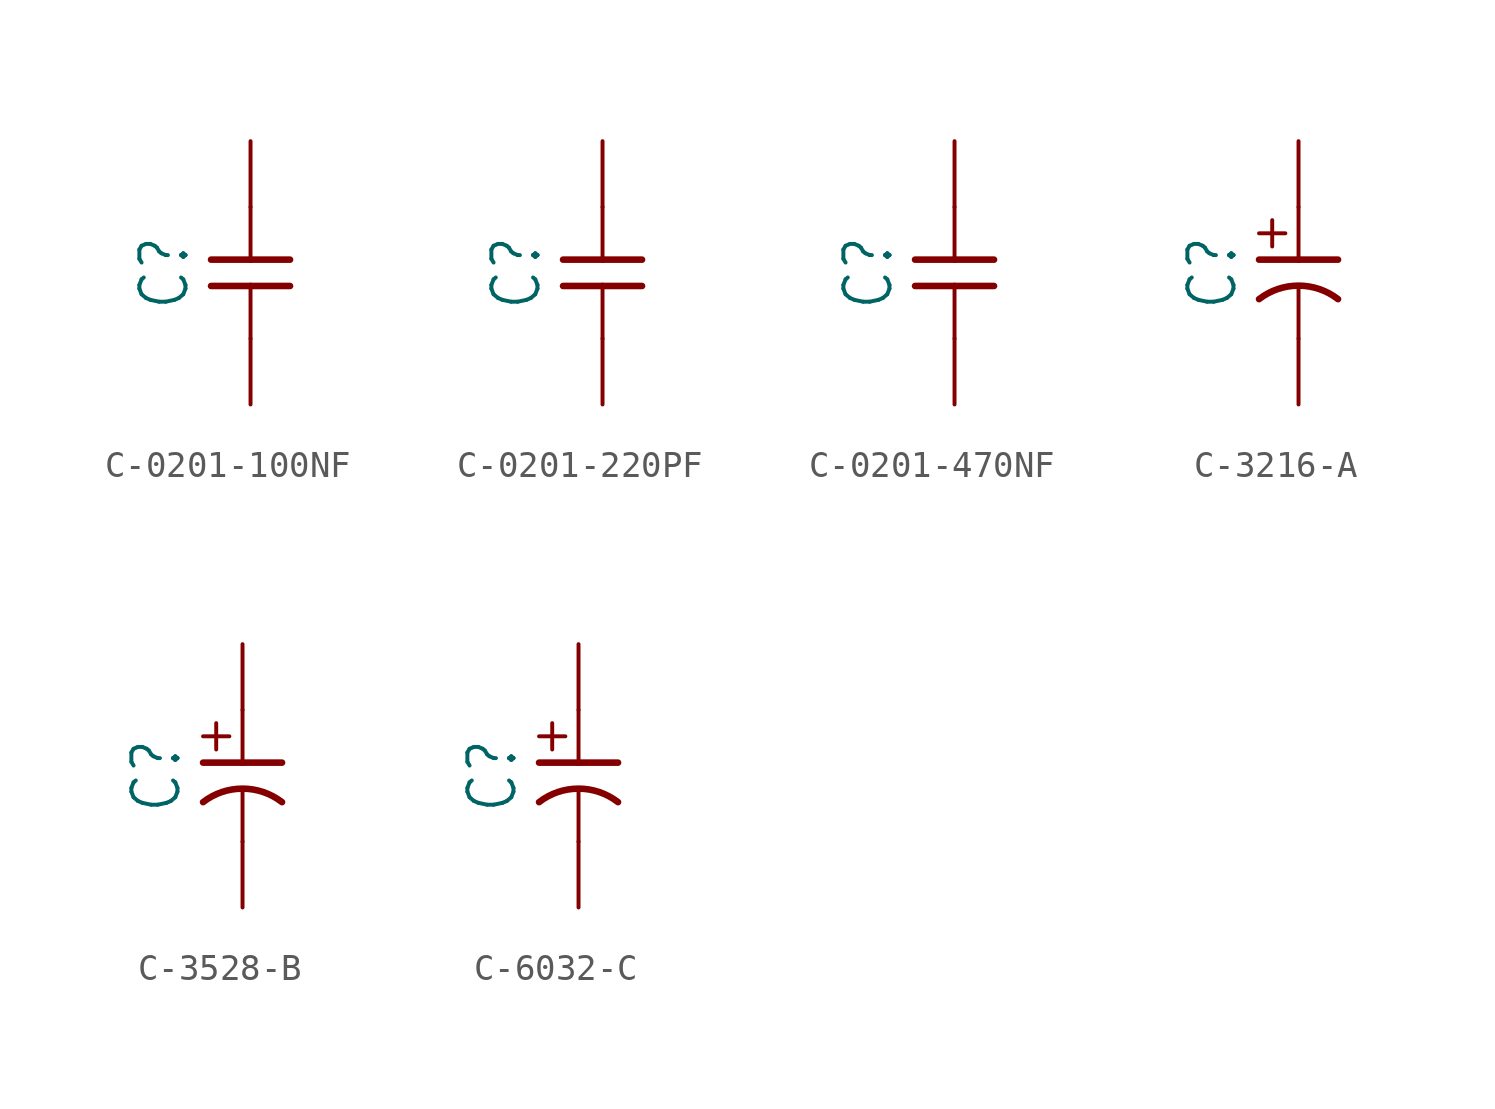
<source format=kicad_sym>
(kicad_symbol_lib
  (version 20231120)
  (generator "kicad_symbol_editor")
  (generator_version "8.0")
  (symbol "C-0201-100NF"
    (property "Reference" "C"
      (at -2.286 0 90)
      (effects (font (size 1.778 1.511)) (justify bottom)))
    (property "Value" ""
      (at 2.286 0 90)
      (effects (font (size 1.778 1.511)) (justify top)))
    (property "ki_locked" ""
      (at 0 0 0)
      (effects (font (size 1.27 1.27))))
    (symbol "C-0201-100NF_1_0"
      (polyline (pts (xy -1.524 0.508) (xy 0 0.508)) (stroke (width 0.254) (type solid)) (fill (type none)))
      (polyline (pts (xy 0 -2.54) (xy 0 -0.508)) (stroke (width 0.152) (type solid)) (fill (type none)))
      (polyline (pts (xy 0 -0.508) (xy -1.524 -0.508)) (stroke (width 0.254) (type solid)) (fill (type none)))
      (polyline (pts (xy 0 0.508) (xy 0 2.54)) (stroke (width 0.152) (type solid)) (fill (type none)))
      (polyline (pts (xy 0 0.508) (xy 1.524 0.508)) (stroke (width 0.254) (type solid)) (fill (type none)))
      (polyline (pts (xy 1.524 -0.508) (xy 0 -0.508)) (stroke (width 0.254) (type solid)) (fill (type none)))
      (pin passive line (at 0 5.08 270) (length 2.54) (name "1" (effects (font (size 0 0)))) (number "1" (effects (font (size 0 0)))))
      (pin passive line (at 0 -5.08 90) (length 2.54) (name "2" (effects (font (size 0 0)))) (number "2" (effects (font (size 0 0)))))))
  (symbol "C-0201-220PF"
    (property "Reference" "C"
      (at -2.286 0 90)
      (effects (font (size 1.778 1.511)) (justify bottom)))
    (property "Value" ""
      (at 2.286 0 90)
      (effects (font (size 1.778 1.511)) (justify top)))
    (property "ki_locked" ""
      (at 0 0 0)
      (effects (font (size 1.27 1.27))))
    (symbol "C-0201-220PF_1_0"
      (polyline (pts (xy -1.524 0.508) (xy 0 0.508)) (stroke (width 0.254) (type solid)) (fill (type none)))
      (polyline (pts (xy 0 -2.54) (xy 0 -0.508)) (stroke (width 0.152) (type solid)) (fill (type none)))
      (polyline (pts (xy 0 -0.508) (xy -1.524 -0.508)) (stroke (width 0.254) (type solid)) (fill (type none)))
      (polyline (pts (xy 0 0.508) (xy 0 2.54)) (stroke (width 0.152) (type solid)) (fill (type none)))
      (polyline (pts (xy 0 0.508) (xy 1.524 0.508)) (stroke (width 0.254) (type solid)) (fill (type none)))
      (polyline (pts (xy 1.524 -0.508) (xy 0 -0.508)) (stroke (width 0.254) (type solid)) (fill (type none)))
      (pin passive line (at 0 5.08 270) (length 2.54) (name "1" (effects (font (size 0 0)))) (number "1" (effects (font (size 0 0)))))
      (pin passive line (at 0 -5.08 90) (length 2.54) (name "2" (effects (font (size 0 0)))) (number "2" (effects (font (size 0 0)))))))
  (symbol "C-0201-470NF"
    (property "Reference" "C"
      (at -2.286 0 90)
      (effects (font (size 1.778 1.511)) (justify bottom)))
    (property "Value" ""
      (at 2.286 0 90)
      (effects (font (size 1.778 1.511)) (justify top)))
    (property "ki_locked" ""
      (at 0 0 0)
      (effects (font (size 1.27 1.27))))
    (symbol "C-0201-470NF_1_0"
      (polyline (pts (xy -1.524 0.508) (xy 0 0.508)) (stroke (width 0.254) (type solid)) (fill (type none)))
      (polyline (pts (xy 0 -2.54) (xy 0 -0.508)) (stroke (width 0.152) (type solid)) (fill (type none)))
      (polyline (pts (xy 0 -0.508) (xy -1.524 -0.508)) (stroke (width 0.254) (type solid)) (fill (type none)))
      (polyline (pts (xy 0 0.508) (xy 0 2.54)) (stroke (width 0.152) (type solid)) (fill (type none)))
      (polyline (pts (xy 0 0.508) (xy 1.524 0.508)) (stroke (width 0.254) (type solid)) (fill (type none)))
      (polyline (pts (xy 1.524 -0.508) (xy 0 -0.508)) (stroke (width 0.254) (type solid)) (fill (type none)))
      (pin passive line (at 0 5.08 270) (length 2.54) (name "1" (effects (font (size 0 0)))) (number "1" (effects (font (size 0 0)))))
      (pin passive line (at 0 -5.08 90) (length 2.54) (name "2" (effects (font (size 0 0)))) (number "2" (effects (font (size 0 0)))))))
  (symbol "C-3216-A"
    (property "Reference" "C"
      (at -2.286 0 90)
      (effects (font (size 1.778 1.511)) (justify bottom)))
    (property "Value" ""
      (at 2.286 0 90)
      (effects (font (size 1.778 1.511)) (justify top)))
    (property "ki_locked" ""
      (at 0 0 0)
      (effects (font (size 1.27 1.27))))
    (symbol "C-3216-A_1_0"
      (polyline (pts (xy -1.524 0.508) (xy 0 0.508)) (stroke (width 0.254) (type solid)) (fill (type none)))
      (polyline (pts (xy -1.524 1.524) (xy -0.508 1.524)) (stroke (width 0.152) (type solid)) (fill (type none)))
      (polyline (pts (xy -1.016 1.016) (xy -1.016 2.032)) (stroke (width 0.152) (type solid)) (fill (type none)))
      (polyline (pts (xy 0 -2.54) (xy 0 -0.508)) (stroke (width 0.152) (type solid)) (fill (type none)))
      (polyline (pts (xy 0 0.508) (xy 0 2.54)) (stroke (width 0.152) (type solid)) (fill (type none)))
      (polyline (pts (xy 0 0.508) (xy 1.524 0.508)) (stroke (width 0.254) (type solid)) (fill (type none)))
      (arc (start 1.5239 -1.0159) (mid -0.0001 -0.495) (end -1.524 -1.016) (stroke (width 0.254) (type solid)) (fill (type none)))
      (pin passive line (at 0 5.08 270) (length 2.54) (name "A" (effects (font (size 0 0)))) (number "A" (effects (font (size 0 0)))))
      (pin passive line (at 0 -5.08 90) (length 2.54) (name "C" (effects (font (size 0 0)))) (number "C" (effects (font (size 0 0)))))))
  (symbol "C-3528-B"
    (property "Reference" "C"
      (at -2.286 0 90)
      (effects (font (size 1.778 1.511)) (justify bottom)))
    (property "Value" ""
      (at 2.286 0 90)
      (effects (font (size 1.778 1.511)) (justify top)))
    (property "ki_locked" ""
      (at 0 0 0)
      (effects (font (size 1.27 1.27))))
    (symbol "C-3528-B_1_0"
      (polyline (pts (xy -1.524 0.508) (xy 0 0.508)) (stroke (width 0.254) (type solid)) (fill (type none)))
      (polyline (pts (xy -1.524 1.524) (xy -0.508 1.524)) (stroke (width 0.152) (type solid)) (fill (type none)))
      (polyline (pts (xy -1.016 1.016) (xy -1.016 2.032)) (stroke (width 0.152) (type solid)) (fill (type none)))
      (polyline (pts (xy 0 -2.54) (xy 0 -0.508)) (stroke (width 0.152) (type solid)) (fill (type none)))
      (polyline (pts (xy 0 0.508) (xy 0 2.54)) (stroke (width 0.152) (type solid)) (fill (type none)))
      (polyline (pts (xy 0 0.508) (xy 1.524 0.508)) (stroke (width 0.254) (type solid)) (fill (type none)))
      (arc (start 1.5239 -1.0159) (mid -0.0001 -0.495) (end -1.524 -1.016) (stroke (width 0.254) (type solid)) (fill (type none)))
      (pin passive line (at 0 5.08 270) (length 2.54) (name "A" (effects (font (size 0 0)))) (number "A" (effects (font (size 0 0)))))
      (pin passive line (at 0 -5.08 90) (length 2.54) (name "C" (effects (font (size 0 0)))) (number "C" (effects (font (size 0 0)))))))
  (symbol "C-6032-C"
    (property "Reference" "C"
      (at -2.286 0 90)
      (effects (font (size 1.778 1.511)) (justify bottom)))
    (property "Value" ""
      (at 2.286 0 90)
      (effects (font (size 1.778 1.511)) (justify top)))
    (property "ki_locked" ""
      (at 0 0 0)
      (effects (font (size 1.27 1.27))))
    (symbol "C-6032-C_1_0"
      (polyline (pts (xy -1.524 0.508) (xy 0 0.508)) (stroke (width 0.254) (type solid)) (fill (type none)))
      (polyline (pts (xy -1.524 1.524) (xy -0.508 1.524)) (stroke (width 0.152) (type solid)) (fill (type none)))
      (polyline (pts (xy -1.016 1.016) (xy -1.016 2.032)) (stroke (width 0.152) (type solid)) (fill (type none)))
      (polyline (pts (xy 0 -2.54) (xy 0 -0.508)) (stroke (width 0.152) (type solid)) (fill (type none)))
      (polyline (pts (xy 0 0.508) (xy 0 2.54)) (stroke (width 0.152) (type solid)) (fill (type none)))
      (polyline (pts (xy 0 0.508) (xy 1.524 0.508)) (stroke (width 0.254) (type solid)) (fill (type none)))
      (arc (start 1.5239 -1.0159) (mid -0.0001 -0.495) (end -1.524 -1.016) (stroke (width 0.254) (type solid)) (fill (type none)))
      (pin passive line (at 0 5.08 270) (length 2.54) (name "A" (effects (font (size 0 0)))) (number "A" (effects (font (size 0 0)))))
      (pin passive line (at 0 -5.08 90) (length 2.54) (name "C" (effects (font (size 0 0)))) (number "C" (effects (font (size 0 0))))))))
</source>
